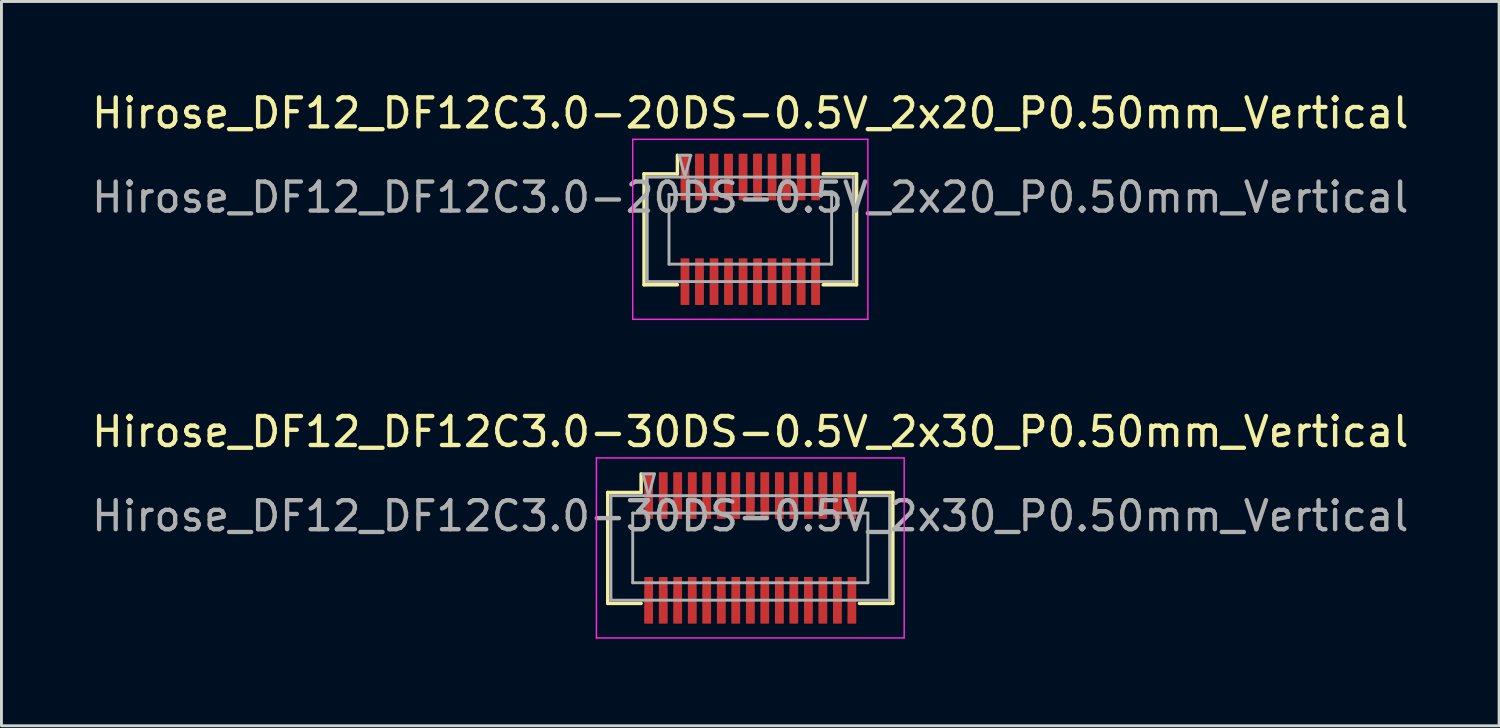
<source format=kicad_pcb>
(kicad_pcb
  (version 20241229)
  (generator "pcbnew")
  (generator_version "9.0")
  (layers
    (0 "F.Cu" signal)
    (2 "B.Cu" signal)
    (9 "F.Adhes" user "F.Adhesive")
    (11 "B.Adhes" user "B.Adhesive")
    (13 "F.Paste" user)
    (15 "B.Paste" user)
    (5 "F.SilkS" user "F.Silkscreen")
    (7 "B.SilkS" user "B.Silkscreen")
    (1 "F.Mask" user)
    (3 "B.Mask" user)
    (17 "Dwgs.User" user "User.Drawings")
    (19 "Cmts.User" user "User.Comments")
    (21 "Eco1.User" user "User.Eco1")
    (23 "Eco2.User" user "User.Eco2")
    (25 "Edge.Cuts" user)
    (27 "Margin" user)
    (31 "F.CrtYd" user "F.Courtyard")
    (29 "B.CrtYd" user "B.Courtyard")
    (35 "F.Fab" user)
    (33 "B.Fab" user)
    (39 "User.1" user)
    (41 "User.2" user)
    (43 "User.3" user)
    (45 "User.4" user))
  (footprint "Hirose_DF12_DF12C3.0-30DS-0.5V_2x30_P0.50mm_Vertical"
    (layer "F.Cu")
    (at 22.792 15.822)
    (property "Reference" "Hirose_DF12_DF12C3.0-30DS-0.5V_2x30_P0.50mm_Vertical" (at 0 -4 0) (layer "F.SilkS") (effects (font (size 1 1) (thickness 0.15))))
    (attr smd)
    (fp_line (start -4.91 -1.91) (end -3.76 -1.91) (stroke (width 0.12) (type solid)) (layer "F.SilkS"))
    (fp_line (start -4.91 1.91) (end -4.91 -1.91) (stroke (width 0.12) (type solid)) (layer "F.SilkS"))
    (fp_line (start -3.76 -1.91) (end -3.76 -2.55) (stroke (width 0.12) (type solid)) (layer "F.SilkS"))
    (fp_line (start -3.76 1.91) (end -4.91 1.91) (stroke (width 0.12) (type solid)) (layer "F.SilkS"))
    (fp_line (start 3.76 1.91) (end 4.91 1.91) (stroke (width 0.12) (type solid)) (layer "F.SilkS"))
    (fp_line (start 4.91 -1.91) (end 3.76 -1.91) (stroke (width 0.12) (type solid)) (layer "F.SilkS"))
    (fp_line (start 4.91 1.91) (end 4.91 -1.91) (stroke (width 0.12) (type solid)) (layer "F.SilkS"))
    (fp_line (start -5.3 -3.1) (end -5.3 3.1) (stroke (width 0.05) (type solid)) (layer "F.CrtYd"))
    (fp_line (start -5.3 3.1) (end 5.3 3.1) (stroke (width 0.05) (type solid)) (layer "F.CrtYd"))
    (fp_line (start 5.3 -3.1) (end -5.3 -3.1) (stroke (width 0.05) (type solid)) (layer "F.CrtYd"))
    (fp_line (start 5.3 3.1) (end 5.3 -3.1) (stroke (width 0.05) (type solid)) (layer "F.CrtYd"))
    (fp_line (start -4.8 -1.8) (end 4.8 -1.8) (stroke (width 0.1) (type solid)) (layer "F.Fab"))
    (fp_line (start -4.8 1.8) (end -4.8 -1.8) (stroke (width 0.1) (type solid)) (layer "F.Fab"))
    (fp_line (start -4.05 -1.2) (end 4.05 -1.2) (stroke (width 0.1) (type solid)) (layer "F.Fab"))
    (fp_line (start -4.05 1.2) (end -4.05 -1.2) (stroke (width 0.1) (type solid)) (layer "F.Fab"))
    (fp_line (start -3.7 -2.55) (end -3.5 -1.8) (stroke (width 0.1) (type solid)) (layer "F.Fab"))
    (fp_line (start -3.5 -1.8) (end -3.3 -2.55) (stroke (width 0.1) (type solid)) (layer "F.Fab"))
    (fp_line (start -3.3 -2.55) (end -3.7 -2.55) (stroke (width 0.1) (type solid)) (layer "F.Fab"))
    (fp_line (start 4.05 -1.2) (end 4.05 1.2) (stroke (width 0.1) (type solid)) (layer "F.Fab"))
    (fp_line (start 4.05 1.2) (end -4.05 1.2) (stroke (width 0.1) (type solid)) (layer "F.Fab"))
    (fp_line (start 4.8 -1.8) (end 4.8 1.8) (stroke (width 0.1) (type solid)) (layer "F.Fab"))
    (fp_line (start 4.8 1.8) (end -4.8 1.8) (stroke (width 0.1) (type solid)) (layer "F.Fab"))
    (fp_text user "${REFERENCE}" (at 0 -1.1 0) (layer "F.Fab") (effects (font (size 1 1) (thickness 0.15))))
    (pad "" smd rect (at -3.5 -2) (size 0.28 1.2) (layers "F.Cu" "F.Paste"))
    (pad "" smd rect (at -3.5 2) (size 0.28 1.2) (layers "F.Cu" "F.Paste"))
    (pad "" smd rect (at -3 -2) (size 0.28 1.2) (layers "F.Cu" "F.Paste"))
    (pad "" smd rect (at -3 2) (size 0.28 1.2) (layers "F.Cu" "F.Paste"))
    (pad "" smd rect (at -2.5 -2) (size 0.28 1.2) (layers "F.Cu" "F.Paste"))
    (pad "" smd rect (at -2.5 2) (size 0.28 1.2) (layers "F.Cu" "F.Paste"))
    (pad "" smd rect (at -2 -2) (size 0.28 1.2) (layers "F.Cu" "F.Paste"))
    (pad "" smd rect (at -2 2) (size 0.28 1.2) (layers "F.Cu" "F.Paste"))
    (pad "" smd rect (at -1.5 -2) (size 0.28 1.2) (layers "F.Cu" "F.Paste"))
    (pad "" smd rect (at -1.5 2) (size 0.28 1.2) (layers "F.Cu" "F.Paste"))
    (pad "" smd rect (at -1 -2) (size 0.28 1.2) (layers "F.Cu" "F.Paste"))
    (pad "" smd rect (at -1 2) (size 0.28 1.2) (layers "F.Cu" "F.Paste"))
    (pad "" smd rect (at -0.5 -2) (size 0.28 1.2) (layers "F.Cu" "F.Paste"))
    (pad "" smd rect (at -0.5 2) (size 0.28 1.2) (layers "F.Cu" "F.Paste"))
    (pad "" smd rect (at 0 -2) (size 0.28 1.2) (layers "F.Cu" "F.Paste"))
    (pad "" smd rect (at 0 2) (size 0.28 1.2) (layers "F.Cu" "F.Paste"))
    (pad "" smd rect (at 0.5 -2) (size 0.28 1.2) (layers "F.Cu" "F.Paste"))
    (pad "" smd rect (at 0.5 2) (size 0.28 1.2) (layers "F.Cu" "F.Paste"))
    (pad "" smd rect (at 1 -2) (size 0.28 1.2) (layers "F.Cu" "F.Paste"))
    (pad "" smd rect (at 1 2) (size 0.28 1.2) (layers "F.Cu" "F.Paste"))
    (pad "" smd rect (at 1.5 -2) (size 0.28 1.2) (layers "F.Cu" "F.Paste"))
    (pad "" smd rect (at 1.5 2) (size 0.28 1.2) (layers "F.Cu" "F.Paste"))
    (pad "" smd rect (at 2 -2) (size 0.28 1.2) (layers "F.Cu" "F.Paste"))
    (pad "" smd rect (at 2 2) (size 0.28 1.2) (layers "F.Cu" "F.Paste"))
    (pad "" smd rect (at 2.5 -2) (size 0.28 1.2) (layers "F.Cu" "F.Paste"))
    (pad "" smd rect (at 2.5 2) (size 0.28 1.2) (layers "F.Cu" "F.Paste"))
    (pad "" smd rect (at 3 -2) (size 0.28 1.2) (layers "F.Cu" "F.Paste"))
    (pad "" smd rect (at 3 2) (size 0.28 1.2) (layers "F.Cu" "F.Paste"))
    (pad "" smd rect (at 3.5 -2) (size 0.28 1.2) (layers "F.Cu" "F.Paste"))
    (pad "" smd rect (at 3.5 2) (size 0.28 1.2) (layers "F.Cu" "F.Paste"))
    (pad "1" smd rect (at -3.5 -1.8) (size 0.3 1.6) (layers "F.Cu" "F.Mask"))
    (pad "2" smd rect (at -3 -1.8) (size 0.3 1.6) (layers "F.Cu" "F.Mask"))
    (pad "3" smd rect (at -2.5 -1.8) (size 0.3 1.6) (layers "F.Cu" "F.Mask"))
    (pad "4" smd rect (at -2 -1.8) (size 0.3 1.6) (layers "F.Cu" "F.Mask"))
    (pad "5" smd rect (at -1.5 -1.8) (size 0.3 1.6) (layers "F.Cu" "F.Mask"))
    (pad "6" smd rect (at -1 -1.8) (size 0.3 1.6) (layers "F.Cu" "F.Mask"))
    (pad "7" smd rect (at -0.5 -1.8) (size 0.3 1.6) (layers "F.Cu" "F.Mask"))
    (pad "8" smd rect (at 0 -1.8) (size 0.3 1.6) (layers "F.Cu" "F.Mask"))
    (pad "9" smd rect (at 0.5 -1.8) (size 0.3 1.6) (layers "F.Cu" "F.Mask"))
    (pad "10" smd rect (at 1 -1.8) (size 0.3 1.6) (layers "F.Cu" "F.Mask"))
    (pad "11" smd rect (at 1.5 -1.8) (size 0.3 1.6) (layers "F.Cu" "F.Mask"))
    (pad "12" smd rect (at 2 -1.8) (size 0.3 1.6) (layers "F.Cu" "F.Mask"))
    (pad "13" smd rect (at 2.5 -1.8) (size 0.3 1.6) (layers "F.Cu" "F.Mask"))
    (pad "14" smd rect (at 3 -1.8) (size 0.3 1.6) (layers "F.Cu" "F.Mask"))
    (pad "15" smd rect (at 3.5 -1.8) (size 0.3 1.6) (layers "F.Cu" "F.Mask"))
    (pad "16" smd rect (at -3.5 1.8) (size 0.3 1.6) (layers "F.Cu" "F.Mask"))
    (pad "17" smd rect (at -3 1.8) (size 0.3 1.6) (layers "F.Cu" "F.Mask"))
    (pad "18" smd rect (at -2.5 1.8) (size 0.3 1.6) (layers "F.Cu" "F.Mask"))
    (pad "19" smd rect (at -2 1.8) (size 0.3 1.6) (layers "F.Cu" "F.Mask"))
    (pad "20" smd rect (at -1.5 1.8) (size 0.3 1.6) (layers "F.Cu" "F.Mask"))
    (pad "21" smd rect (at -1 1.8) (size 0.3 1.6) (layers "F.Cu" "F.Mask"))
    (pad "22" smd rect (at -0.5 1.8) (size 0.3 1.6) (layers "F.Cu" "F.Mask"))
    (pad "23" smd rect (at 0 1.8) (size 0.3 1.6) (layers "F.Cu" "F.Mask"))
    (pad "24" smd rect (at 0.5 1.8) (size 0.3 1.6) (layers "F.Cu" "F.Mask"))
    (pad "25" smd rect (at 1 1.8) (size 0.3 1.6) (layers "F.Cu" "F.Mask"))
    (pad "26" smd rect (at 1.5 1.8) (size 0.3 1.6) (layers "F.Cu" "F.Mask"))
    (pad "27" smd rect (at 2 1.8) (size 0.3 1.6) (layers "F.Cu" "F.Mask"))
    (pad "28" smd rect (at 2.5 1.8) (size 0.3 1.6) (layers "F.Cu" "F.Mask"))
    (pad "29" smd rect (at 3 1.8) (size 0.3 1.6) (layers "F.Cu" "F.Mask"))
    (pad "30" smd rect (at 3.5 1.8) (size 0.3 1.6) (layers "F.Cu" "F.Mask")))
  (footprint "Hirose_DF12_DF12C3.0-20DS-0.5V_2x20_P0.50mm_Vertical"
    (layer "F.Cu")
    (at 22.792 4.848)
    (property "Reference" "Hirose_DF12_DF12C3.0-20DS-0.5V_2x20_P0.50mm_Vertical" (at 0 -4 0) (layer "F.SilkS") (effects (font (size 1 1) (thickness 0.15))))
    (attr smd)
    (fp_line (start -3.66 -1.91) (end -2.51 -1.91) (stroke (width 0.12) (type solid)) (layer "F.SilkS"))
    (fp_line (start -3.66 1.91) (end -3.66 -1.91) (stroke (width 0.12) (type solid)) (layer "F.SilkS"))
    (fp_line (start -2.51 -1.91) (end -2.51 -2.55) (stroke (width 0.12) (type solid)) (layer "F.SilkS"))
    (fp_line (start -2.51 1.91) (end -3.66 1.91) (stroke (width 0.12) (type solid)) (layer "F.SilkS"))
    (fp_line (start 2.51 1.91) (end 3.66 1.91) (stroke (width 0.12) (type solid)) (layer "F.SilkS"))
    (fp_line (start 3.66 -1.91) (end 2.51 -1.91) (stroke (width 0.12) (type solid)) (layer "F.SilkS"))
    (fp_line (start 3.66 1.91) (end 3.66 -1.91) (stroke (width 0.12) (type solid)) (layer "F.SilkS"))
    (fp_line (start -4.05 -3.1) (end -4.05 3.1) (stroke (width 0.05) (type solid)) (layer "F.CrtYd"))
    (fp_line (start -4.05 3.1) (end 4.05 3.1) (stroke (width 0.05) (type solid)) (layer "F.CrtYd"))
    (fp_line (start 4.05 -3.1) (end -4.05 -3.1) (stroke (width 0.05) (type solid)) (layer "F.CrtYd"))
    (fp_line (start 4.05 3.1) (end 4.05 -3.1) (stroke (width 0.05) (type solid)) (layer "F.CrtYd"))
    (fp_line (start -3.55 -1.8) (end 3.55 -1.8) (stroke (width 0.1) (type solid)) (layer "F.Fab"))
    (fp_line (start -3.55 1.8) (end -3.55 -1.8) (stroke (width 0.1) (type solid)) (layer "F.Fab"))
    (fp_line (start -2.8 -1.2) (end 2.8 -1.2) (stroke (width 0.1) (type solid)) (layer "F.Fab"))
    (fp_line (start -2.8 1.2) (end -2.8 -1.2) (stroke (width 0.1) (type solid)) (layer "F.Fab"))
    (fp_line (start -2.45 -2.55) (end -2.25 -1.8) (stroke (width 0.1) (type solid)) (layer "F.Fab"))
    (fp_line (start -2.25 -1.8) (end -2.05 -2.55) (stroke (width 0.1) (type solid)) (layer "F.Fab"))
    (fp_line (start -2.05 -2.55) (end -2.45 -2.55) (stroke (width 0.1) (type solid)) (layer "F.Fab"))
    (fp_line (start 2.8 -1.2) (end 2.8 1.2) (stroke (width 0.1) (type solid)) (layer "F.Fab"))
    (fp_line (start 2.8 1.2) (end -2.8 1.2) (stroke (width 0.1) (type solid)) (layer "F.Fab"))
    (fp_line (start 3.55 -1.8) (end 3.55 1.8) (stroke (width 0.1) (type solid)) (layer "F.Fab"))
    (fp_line (start 3.55 1.8) (end -3.55 1.8) (stroke (width 0.1) (type solid)) (layer "F.Fab"))
    (fp_text user "${REFERENCE}" (at 0 -1.1 0) (layer "F.Fab") (effects (font (size 1 1) (thickness 0.15))))
    (pad "" smd rect (at -2.25 -2) (size 0.28 1.2) (layers "F.Cu" "F.Paste"))
    (pad "" smd rect (at -2.25 2) (size 0.28 1.2) (layers "F.Cu" "F.Paste"))
    (pad "" smd rect (at -1.75 -2) (size 0.28 1.2) (layers "F.Cu" "F.Paste"))
    (pad "" smd rect (at -1.75 2) (size 0.28 1.2) (layers "F.Cu" "F.Paste"))
    (pad "" smd rect (at -1.25 -2) (size 0.28 1.2) (layers "F.Cu" "F.Paste"))
    (pad "" smd rect (at -1.25 2) (size 0.28 1.2) (layers "F.Cu" "F.Paste"))
    (pad "" smd rect (at -0.75 -2) (size 0.28 1.2) (layers "F.Cu" "F.Paste"))
    (pad "" smd rect (at -0.75 2) (size 0.28 1.2) (layers "F.Cu" "F.Paste"))
    (pad "" smd rect (at -0.25 -2) (size 0.28 1.2) (layers "F.Cu" "F.Paste"))
    (pad "" smd rect (at -0.25 2) (size 0.28 1.2) (layers "F.Cu" "F.Paste"))
    (pad "" smd rect (at 0.25 -2) (size 0.28 1.2) (layers "F.Cu" "F.Paste"))
    (pad "" smd rect (at 0.25 2) (size 0.28 1.2) (layers "F.Cu" "F.Paste"))
    (pad "" smd rect (at 0.75 -2) (size 0.28 1.2) (layers "F.Cu" "F.Paste"))
    (pad "" smd rect (at 0.75 2) (size 0.28 1.2) (layers "F.Cu" "F.Paste"))
    (pad "" smd rect (at 1.25 -2) (size 0.28 1.2) (layers "F.Cu" "F.Paste"))
    (pad "" smd rect (at 1.25 2) (size 0.28 1.2) (layers "F.Cu" "F.Paste"))
    (pad "" smd rect (at 1.75 -2) (size 0.28 1.2) (layers "F.Cu" "F.Paste"))
    (pad "" smd rect (at 1.75 2) (size 0.28 1.2) (layers "F.Cu" "F.Paste"))
    (pad "" smd rect (at 2.25 -2) (size 0.28 1.2) (layers "F.Cu" "F.Paste"))
    (pad "" smd rect (at 2.25 2) (size 0.28 1.2) (layers "F.Cu" "F.Paste"))
    (pad "1" smd rect (at -2.25 -1.8) (size 0.3 1.6) (layers "F.Cu" "F.Mask"))
    (pad "2" smd rect (at -1.75 -1.8) (size 0.3 1.6) (layers "F.Cu" "F.Mask"))
    (pad "3" smd rect (at -1.25 -1.8) (size 0.3 1.6) (layers "F.Cu" "F.Mask"))
    (pad "4" smd rect (at -0.75 -1.8) (size 0.3 1.6) (layers "F.Cu" "F.Mask"))
    (pad "5" smd rect (at -0.25 -1.8) (size 0.3 1.6) (layers "F.Cu" "F.Mask"))
    (pad "6" smd rect (at 0.25 -1.8) (size 0.3 1.6) (layers "F.Cu" "F.Mask"))
    (pad "7" smd rect (at 0.75 -1.8) (size 0.3 1.6) (layers "F.Cu" "F.Mask"))
    (pad "8" smd rect (at 1.25 -1.8) (size 0.3 1.6) (layers "F.Cu" "F.Mask"))
    (pad "9" smd rect (at 1.75 -1.8) (size 0.3 1.6) (layers "F.Cu" "F.Mask"))
    (pad "10" smd rect (at 2.25 -1.8) (size 0.3 1.6) (layers "F.Cu" "F.Mask"))
    (pad "11" smd rect (at -2.25 1.8) (size 0.3 1.6) (layers "F.Cu" "F.Mask"))
    (pad "12" smd rect (at -1.75 1.8) (size 0.3 1.6) (layers "F.Cu" "F.Mask"))
    (pad "13" smd rect (at -1.25 1.8) (size 0.3 1.6) (layers "F.Cu" "F.Mask"))
    (pad "14" smd rect (at -0.75 1.8) (size 0.3 1.6) (layers "F.Cu" "F.Mask"))
    (pad "15" smd rect (at -0.25 1.8) (size 0.3 1.6) (layers "F.Cu" "F.Mask"))
    (pad "16" smd rect (at 0.25 1.8) (size 0.3 1.6) (layers "F.Cu" "F.Mask"))
    (pad "17" smd rect (at 0.75 1.8) (size 0.3 1.6) (layers "F.Cu" "F.Mask"))
    (pad "18" smd rect (at 1.25 1.8) (size 0.3 1.6) (layers "F.Cu" "F.Mask"))
    (pad "19" smd rect (at 1.75 1.8) (size 0.3 1.6) (layers "F.Cu" "F.Mask"))
    (pad "20" smd rect (at 2.25 1.8) (size 0.3 1.6) (layers "F.Cu" "F.Mask")))
  (gr_rect
    (start -3 -3)
    (end 48.583 21.947)
    (stroke (width 0.1) (type default))
    (fill no)
    (layer "Edge.Cuts")))
</source>
